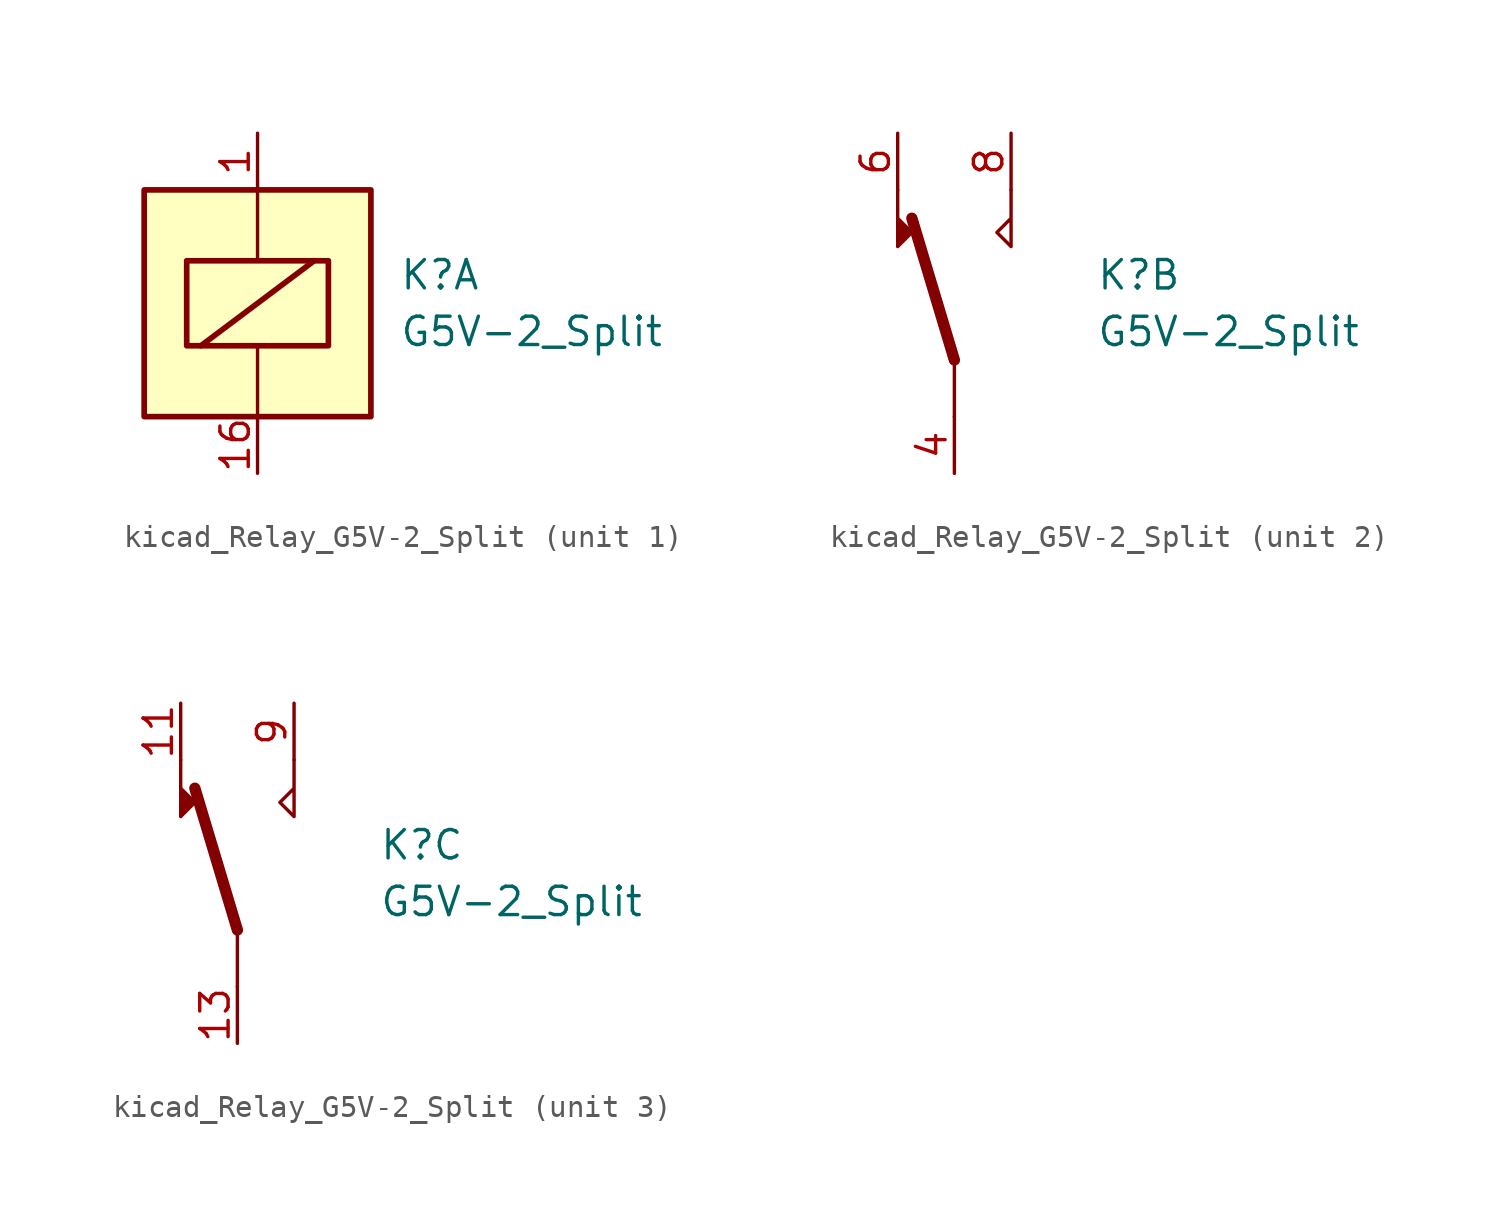
<source format=kicad_sym>
(kicad_symbol_lib
  (version 20220914)
  (generator kicad_symbol_editor)
  (symbol "kicad_Relay_G5V-2_Split"
    (property "Reference" "K"
      (at 6.35 1.27 0)
      (effects (font (size 1.27 1.27)) (justify left)))
    (property "Value" "G5V-2_Split"
      (at 6.35 -1.27 0)
      (effects (font (size 1.27 1.27)) (justify left)))
    (property "ki_locked" ""
      (at 0 0 0)
      (effects (font (size 1.27 1.27))))
    (symbol "kicad_Relay_G5V-2_Split_1_1"
      (rectangle (start -5.08 5.08) (end 5.08 -5.08) (stroke (width 0.254) (type default)) (fill (type background)))
      (rectangle (start -3.175 1.905) (end 3.175 -1.905) (stroke (width 0.254) (type default)) (fill (type none)))
      (polyline (pts (xy -2.54 -1.905) (xy 2.54 1.905)) (stroke (width 0.254) (type default)) (fill (type none)))
      (polyline (pts (xy 0 -5.08) (xy 0 -1.905)) (stroke (width 0) (type default)) (fill (type none)))
      (polyline (pts (xy 0 5.08) (xy 0 1.905)) (stroke (width 0) (type default)) (fill (type none)))
      (pin passive line (at 0 7.62 270) (length 2.54) (name "~" (effects (font (size 1.27 1.27)))) (number "1" (effects (font (size 1.27 1.27)))))
      (pin passive line (at 0 -7.62 90) (length 2.54) (name "~" (effects (font (size 1.27 1.27)))) (number "16" (effects (font (size 1.27 1.27))))))
    (symbol "kicad_Relay_G5V-2_Split_2_1"
      (polyline (pts (xy 0 -2.54) (xy -1.905 3.81)) (stroke (width 0.508) (type default)) (fill (type none)))
      (polyline (pts (xy 0 -2.54) (xy 0 -5.08)) (stroke (width 0) (type default)) (fill (type none)))
      (polyline (pts (xy -2.54 5.08) (xy -2.54 2.54) (xy -1.905 3.175) (xy -2.54 3.81)) (stroke (width 0) (type default)) (fill (type outline)))
      (polyline (pts (xy 2.54 5.08) (xy 2.54 2.54) (xy 1.905 3.175) (xy 2.54 3.81)) (stroke (width 0) (type default)) (fill (type none)))
      (pin passive line (at 0 -7.62 90) (length 2.54) (name "~" (effects (font (size 1.27 1.27)))) (number "4" (effects (font (size 1.27 1.27)))))
      (pin passive line (at -2.54 7.62 270) (length 2.54) (name "~" (effects (font (size 1.27 1.27)))) (number "6" (effects (font (size 1.27 1.27)))))
      (pin passive line (at 2.54 7.62 270) (length 2.54) (name "~" (effects (font (size 1.27 1.27)))) (number "8" (effects (font (size 1.27 1.27))))))
    (symbol "kicad_Relay_G5V-2_Split_3_1"
      (polyline (pts (xy 0 -2.54) (xy -1.905 3.81)) (stroke (width 0.508) (type default)) (fill (type none)))
      (polyline (pts (xy 0 -2.54) (xy 0 -5.08)) (stroke (width 0) (type default)) (fill (type none)))
      (polyline (pts (xy -2.54 5.08) (xy -2.54 2.54) (xy -1.905 3.175) (xy -2.54 3.81)) (stroke (width 0) (type default)) (fill (type outline)))
      (polyline (pts (xy 2.54 5.08) (xy 2.54 2.54) (xy 1.905 3.175) (xy 2.54 3.81)) (stroke (width 0) (type default)) (fill (type none)))
      (pin passive line (at -2.54 7.62 270) (length 2.54) (name "~" (effects (font (size 1.27 1.27)))) (number "11" (effects (font (size 1.27 1.27)))))
      (pin passive line (at 0 -7.62 90) (length 2.54) (name "~" (effects (font (size 1.27 1.27)))) (number "13" (effects (font (size 1.27 1.27)))))
      (pin passive line (at 2.54 7.62 270) (length 2.54) (name "~" (effects (font (size 1.27 1.27)))) (number "9" (effects (font (size 1.27 1.27))))))))
</source>
